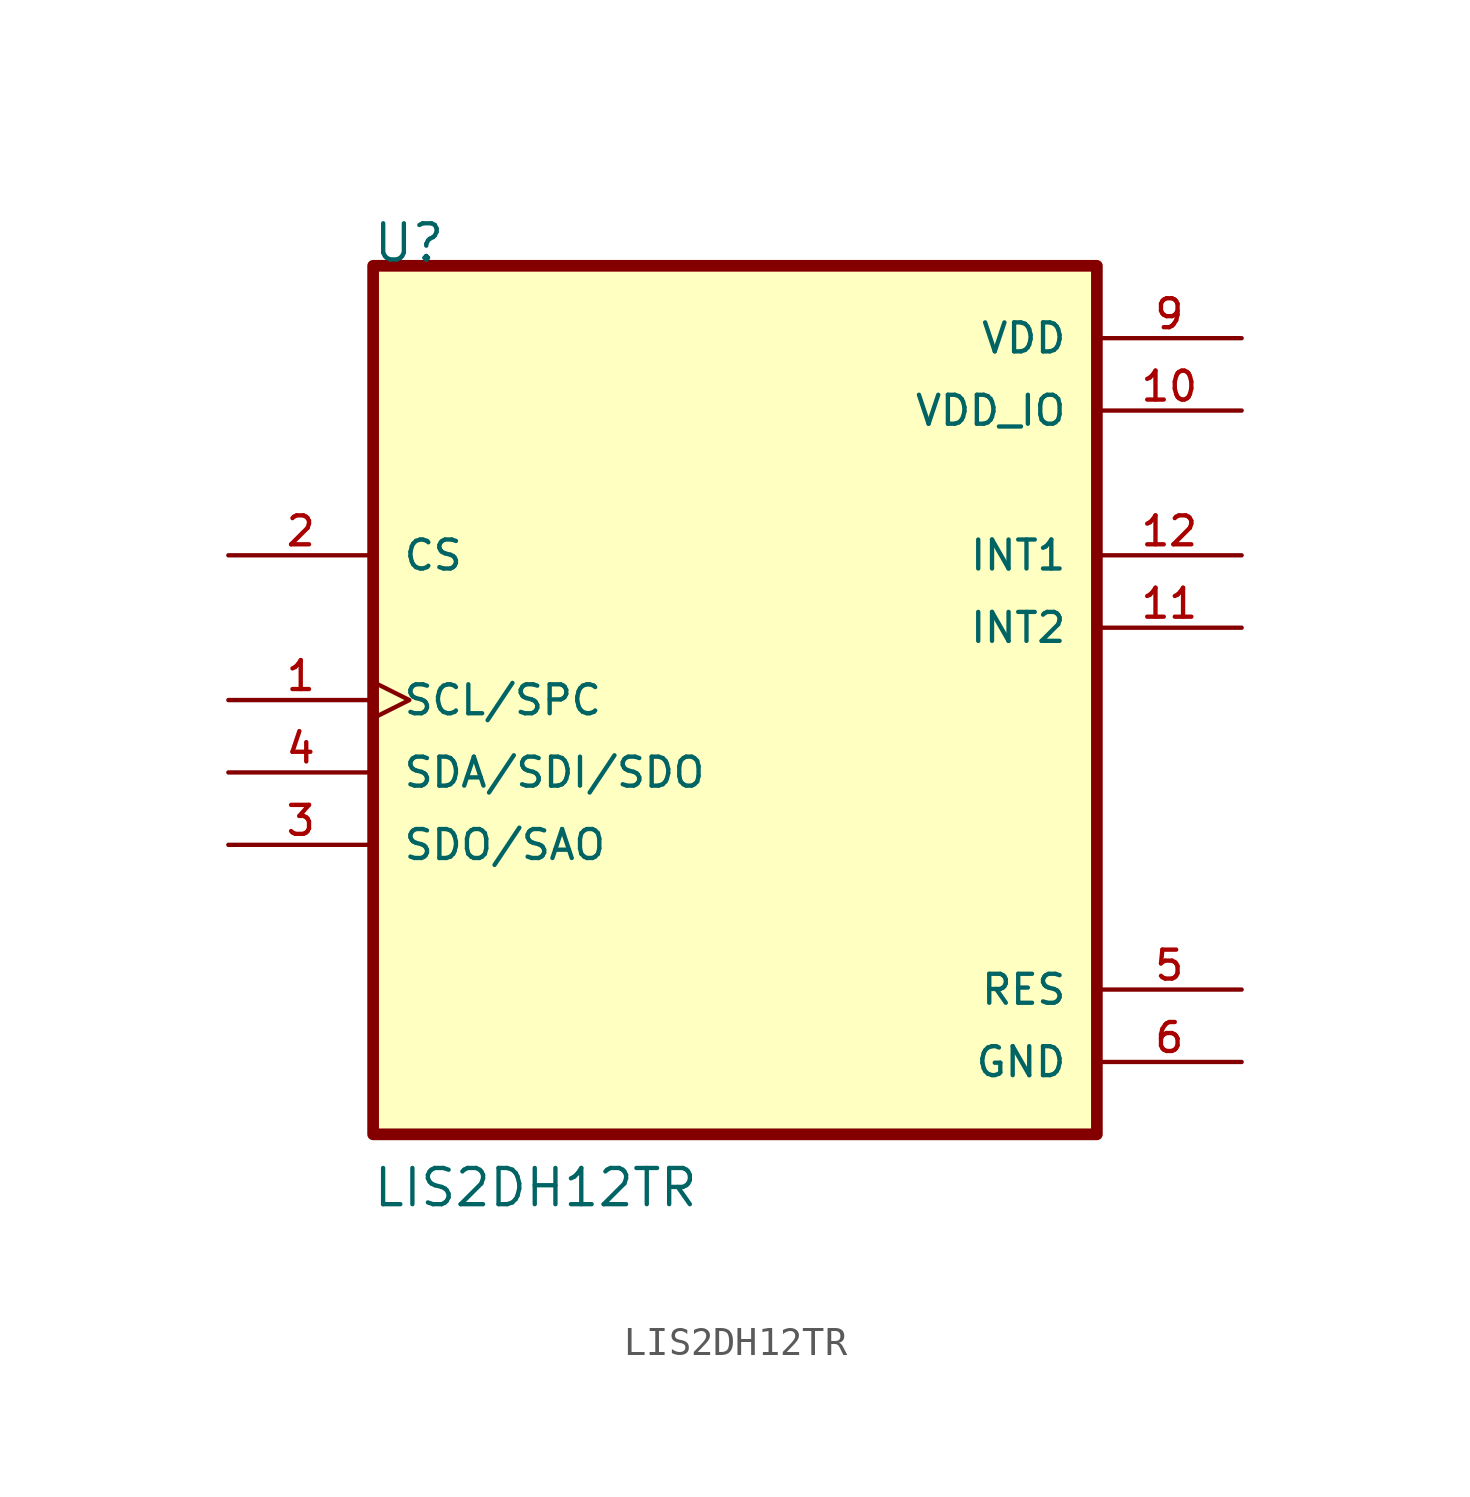
<source format=kicad_sym>
(kicad_symbol_lib
  (version 20211014)
  (generator kicad_symbol_editor)
  (symbol "LIS2DH12TR"
    (pin_names
      (offset 1.016))
    (property "Reference" "U"
      (at -12.749 15.299 0.0)
      (effects (font (size 1.27 1.27)) (justify bottom left)))
    (property "Value" "LIS2DH12TR"
      (at -12.752 -17.854 0.0)
      (effects (font (size 1.27 1.27)) (justify bottom left)))
    (symbol "LIS2DH12TR_0_0"
      (rectangle (start -12.7 -15.24) (end 12.7 15.24) (stroke (width 0.41)) (fill (type background)))
      (pin input line (at -17.78 5.08 0) (length 5.08) (name "CS" (effects (font (size 1.016 1.016)))) (number "2" (effects (font (size 1.016 1.016)))))
      (pin output line (at 17.78 5.08 180.0) (length 5.08) (name "INT1" (effects (font (size 1.016 1.016)))) (number "12" (effects (font (size 1.016 1.016)))))
      (pin output line (at 17.78 2.54 180.0) (length 5.08) (name "INT2" (effects (font (size 1.016 1.016)))) (number "11" (effects (font (size 1.016 1.016)))))
      (pin power_in line (at 17.78 -10.16 180.0) (length 5.08) (name "RES" (effects (font (size 1.016 1.016)))) (number "5" (effects (font (size 1.016 1.016)))))
      (pin bidirectional clock (at -17.78 0.0 0) (length 5.08) (name "SCL/SPC" (effects (font (size 1.016 1.016)))) (number "1" (effects (font (size 1.016 1.016)))))
      (pin bidirectional line (at -17.78 -2.54 0) (length 5.08) (name "SDA/SDI/SDO" (effects (font (size 1.016 1.016)))) (number "4" (effects (font (size 1.016 1.016)))))
      (pin bidirectional line (at -17.78 -5.08 0) (length 5.08) (name "SDO/SAO" (effects (font (size 1.016 1.016)))) (number "3" (effects (font (size 1.016 1.016)))))
      (pin power_in line (at 17.78 -12.7 180.0) (length 5.08) (name "GND" (effects (font (size 1.016 1.016)))) (number "6" (effects (font (size 1.016 1.016)))))
      (pin power_in line (at 17.78 -12.7 180.0) (length 5.08) hide (name "GND" (effects (font (size 1.016 1.016)))) (number "7" (effects (font (size 1.016 1.016)))))
      (pin power_in line (at 17.78 -12.7 180.0) (length 5.08) hide (name "GND" (effects (font (size 1.016 1.016)))) (number "8" (effects (font (size 1.016 1.016)))))
      (pin power_in line (at 17.78 12.7 180.0) (length 5.08) (name "VDD" (effects (font (size 1.016 1.016)))) (number "9" (effects (font (size 1.016 1.016)))))
      (pin power_in line (at 17.78 10.16 180.0) (length 5.08) (name "VDD_IO" (effects (font (size 1.016 1.016)))) (number "10" (effects (font (size 1.016 1.016))))))))
</source>
